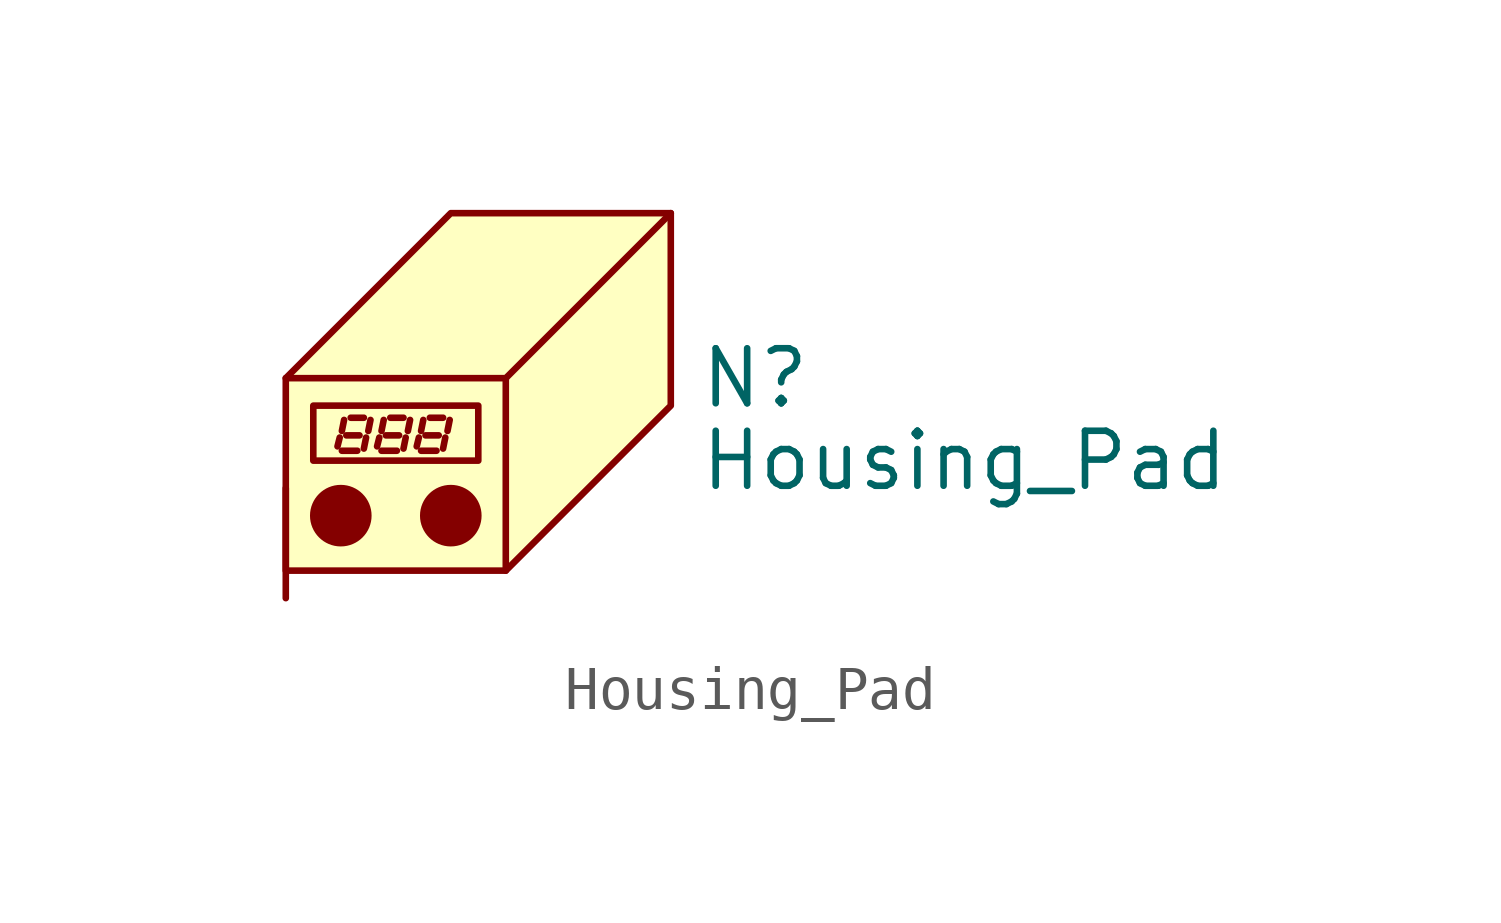
<source format=kicad_sym>
(kicad_symbol_lib
  (version 20220914)
  (generator kicad_symbol_editor)
  (symbol "Housing_Pad"
    (pin_numbers hide)
    (pin_names
      (offset 1.016) hide)
    (property "Reference" "N"
      (at 4.445 0 0)
      (effects (font (size 1.27 1.27)) (justify left)))
    (property "Value" "Housing_Pad"
      (at 4.445 -1.905 0)
      (effects (font (size 1.27 1.27)) (justify left)))
    (symbol "Housing_Pad_0_1"
      (rectangle (start -4.445 -0.635) (end -0.635 -1.905) (stroke (width 0) (type default)) (fill (type none)))
      (circle (center -3.81 -3.175) (radius 0.635) (stroke (width 0) (type default)) (fill (type outline)))
      (circle (center -1.27 -3.175) (radius 0.635) (stroke (width 0) (type default)) (fill (type outline)))
      (polyline (pts (xy -3.886 -1.575) (xy -3.835 -1.372)) (stroke (width 0) (type default)) (fill (type none)))
      (polyline (pts (xy -3.785 -1.676) (xy -3.429 -1.676)) (stroke (width 0) (type default)) (fill (type none)))
      (polyline (pts (xy -3.785 -1.219) (xy -3.734 -0.965)) (stroke (width 0) (type default)) (fill (type none)))
      (polyline (pts (xy -3.683 -1.321) (xy -3.378 -1.321)) (stroke (width 0) (type default)) (fill (type none)))
      (polyline (pts (xy -3.581 -0.914) (xy -3.277 -0.914)) (stroke (width 0) (type default)) (fill (type none)))
      (polyline (pts (xy -3.277 -1.626) (xy -3.226 -1.372)) (stroke (width 0) (type default)) (fill (type none)))
      (polyline (pts (xy -3.175 -1.219) (xy -3.124 -0.965)) (stroke (width 0) (type default)) (fill (type none)))
      (polyline (pts (xy -2.972 -1.575) (xy -2.921 -1.372)) (stroke (width 0) (type default)) (fill (type none)))
      (polyline (pts (xy -2.87 -1.676) (xy -2.515 -1.676)) (stroke (width 0) (type default)) (fill (type none)))
      (polyline (pts (xy -2.87 -1.219) (xy -2.819 -0.965)) (stroke (width 0) (type default)) (fill (type none)))
      (polyline (pts (xy -2.769 -1.321) (xy -2.464 -1.321)) (stroke (width 0) (type default)) (fill (type none)))
      (polyline (pts (xy -2.667 -0.914) (xy -2.362 -0.914)) (stroke (width 0) (type default)) (fill (type none)))
      (polyline (pts (xy -2.362 -1.626) (xy -2.311 -1.372)) (stroke (width 0) (type default)) (fill (type none)))
      (polyline (pts (xy -2.261 -1.219) (xy -2.21 -0.965)) (stroke (width 0) (type default)) (fill (type none)))
      (polyline (pts (xy -2.057 -1.575) (xy -2.007 -1.372)) (stroke (width 0) (type default)) (fill (type none)))
      (polyline (pts (xy -1.956 -1.676) (xy -1.6 -1.676)) (stroke (width 0) (type default)) (fill (type none)))
      (polyline (pts (xy -1.956 -1.219) (xy -1.905 -0.965)) (stroke (width 0) (type default)) (fill (type none)))
      (polyline (pts (xy -1.854 -1.321) (xy -1.549 -1.321)) (stroke (width 0) (type default)) (fill (type none)))
      (polyline (pts (xy -1.753 -0.914) (xy -1.448 -0.914)) (stroke (width 0) (type default)) (fill (type none)))
      (polyline (pts (xy -1.448 -1.626) (xy -1.397 -1.372)) (stroke (width 0) (type default)) (fill (type none)))
      (polyline (pts (xy -1.346 -1.219) (xy -1.295 -0.965)) (stroke (width 0) (type default)) (fill (type none)))
      (polyline (pts (xy 0 0) (xy 0 -4.445)) (stroke (width 0) (type default)) (fill (type none)))
      (polyline (pts (xy -5.08 0) (xy 0 0) (xy 3.81 3.81)) (stroke (width 0) (type default)) (fill (type none)))
      (polyline (pts (xy -5.08 0) (xy -5.08 -4.445) (xy 0 -4.445) (xy 3.81 -0.635) (xy 3.81 3.81) (xy -1.27 3.81) (xy -5.08 0)) (stroke (width 0) (type default)) (fill (type background))))
    (symbol "Housing_Pad_1_1"
      (pin input line (at -5.08 -5.08 90) (length 2.54) (name "PAD" (effects (font (size 1.27 1.27)))) (number "1" (effects (font (size 1.27 1.27))))))))
</source>
